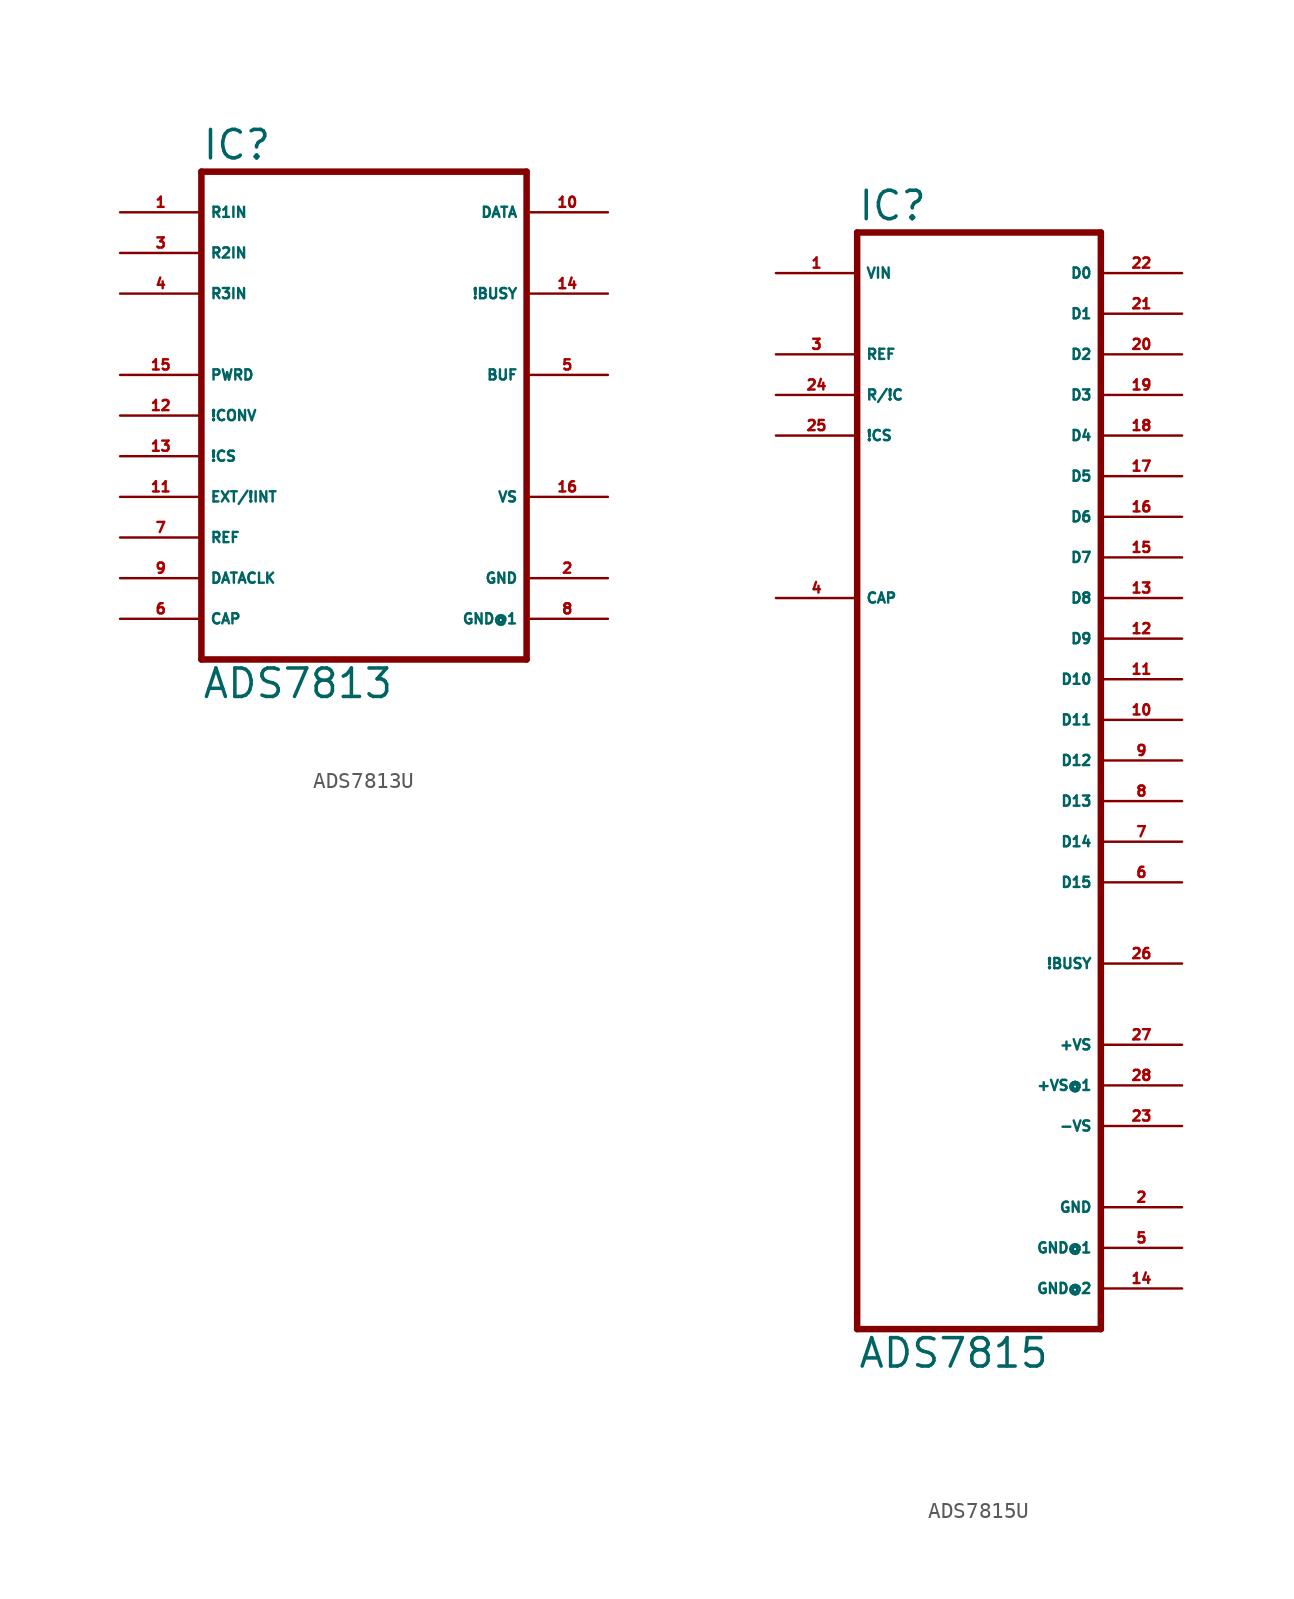
<source format=kicad_sym>
(kicad_symbol_lib
  (version 20220914)
  (generator Eagle2Kicad)
  (symbol "ADS7813U"
    (property "Reference" "IC"
      (at -10.16 15.875 0)
      (effects (font (size 1.778 1.778) (thickness 0.22)) (justify left bottom)))
    (property "Value" "ADS7813"
      (at -10.16 -17.78 0)
      (effects (font (size 1.778 1.778) (thickness 0.22)) (justify left bottom)))
    (polyline
      (pts (xy -10.16 -15.24) (xy 10.16 -15.24))
      (stroke (width 0.406) (type default))
      (fill (type none)))
    (polyline
      (pts (xy 10.16 -15.24) (xy 10.16 15.24))
      (stroke (width 0.406) (type default))
      (fill (type none)))
    (polyline
      (pts (xy 10.16 15.24) (xy -10.16 15.24))
      (stroke (width 0.406) (type default))
      (fill (type none)))
    (polyline
      (pts (xy -10.16 15.24) (xy -10.16 -15.24))
      (stroke (width 0.406) (type default))
      (fill (type none)))
    (pin input line
      (at -15.24 -5.08 0)
      (length 5.08)
      (name "EXT/!INT" (effects (font (size 0.635 0.635) (thickness 0.08)) (justify left bottom)))
      (number "11" (effects (font (size 0.635 0.635) (thickness 0.08)) (justify left bottom))))
    (pin input line
      (at -15.24 0 0)
      (length 5.08)
      (name "!CONV" (effects (font (size 0.635 0.635) (thickness 0.08)) (justify left bottom)))
      (number "12" (effects (font (size 0.635 0.635) (thickness 0.08)) (justify left bottom))))
    (pin input line
      (at -15.24 -2.54 0)
      (length 5.08)
      (name "!CS" (effects (font (size 0.635 0.635) (thickness 0.08)) (justify left bottom)))
      (number "13" (effects (font (size 0.635 0.635) (thickness 0.08)) (justify left bottom))))
    (pin input line
      (at -15.24 2.54 0)
      (length 5.08)
      (name "PWRD" (effects (font (size 0.635 0.635) (thickness 0.08)) (justify left bottom)))
      (number "15" (effects (font (size 0.635 0.635) (thickness 0.08)) (justify left bottom))))
    (pin output line
      (at 15.24 12.7 180)
      (length 5.08)
      (name "DATA" (effects (font (size 0.635 0.635) (thickness 0.08)) (justify left bottom)))
      (number "10" (effects (font (size 0.635 0.635) (thickness 0.08)) (justify left bottom))))
    (pin output line
      (at 15.24 7.62 180)
      (length 5.08)
      (name "!BUSY" (effects (font (size 0.635 0.635) (thickness 0.08)) (justify left bottom)))
      (number "14" (effects (font (size 0.635 0.635) (thickness 0.08)) (justify left bottom))))
    (pin bidirectional line
      (at -15.24 -10.16 0)
      (length 5.08)
      (name "DATACLK" (effects (font (size 0.635 0.635) (thickness 0.08)) (justify left bottom)))
      (number "9" (effects (font (size 0.635 0.635) (thickness 0.08)) (justify left bottom))))
    (pin input line
      (at -15.24 12.7 0)
      (length 5.08)
      (name "R1IN" (effects (font (size 0.635 0.635) (thickness 0.08)) (justify left bottom)))
      (number "1" (effects (font (size 0.635 0.635) (thickness 0.08)) (justify left bottom))))
    (pin input line
      (at -15.24 10.16 0)
      (length 5.08)
      (name "R2IN" (effects (font (size 0.635 0.635) (thickness 0.08)) (justify left bottom)))
      (number "3" (effects (font (size 0.635 0.635) (thickness 0.08)) (justify left bottom))))
    (pin input line
      (at -15.24 7.62 0)
      (length 5.08)
      (name "R3IN" (effects (font (size 0.635 0.635) (thickness 0.08)) (justify left bottom)))
      (number "4" (effects (font (size 0.635 0.635) (thickness 0.08)) (justify left bottom))))
    (pin unspecified line
      (at 15.24 -10.16 180)
      (length 5.08)
      (name "GND" (effects (font (size 0.635 0.635) (thickness 0.08)) (justify left bottom)))
      (number "2" (effects (font (size 0.635 0.635) (thickness 0.08)) (justify left bottom))))
    (pin unspecified line
      (at 15.24 -5.08 180)
      (length 5.08)
      (name "VS" (effects (font (size 0.635 0.635) (thickness 0.08)) (justify left bottom)))
      (number "16" (effects (font (size 0.635 0.635) (thickness 0.08)) (justify left bottom))))
    (pin unspecified line
      (at 15.24 -12.7 180)
      (length 5.08)
      (name "GND@1" (effects (font (size 0.635 0.635) (thickness 0.08)) (justify left bottom)))
      (number "8" (effects (font (size 0.635 0.635) (thickness 0.08)) (justify left bottom))))
    (pin output line
      (at 15.24 2.54 180)
      (length 5.08)
      (name "BUF" (effects (font (size 0.635 0.635) (thickness 0.08)) (justify left bottom)))
      (number "5" (effects (font (size 0.635 0.635) (thickness 0.08)) (justify left bottom))))
    (pin passive line
      (at -15.24 -12.7 0)
      (length 5.08)
      (name "CAP" (effects (font (size 0.635 0.635) (thickness 0.08)) (justify left bottom)))
      (number "6" (effects (font (size 0.635 0.635) (thickness 0.08)) (justify left bottom))))
    (pin bidirectional line
      (at -15.24 -7.62 0)
      (length 5.08)
      (name "REF" (effects (font (size 0.635 0.635) (thickness 0.08)) (justify left bottom)))
      (number "7" (effects (font (size 0.635 0.635) (thickness 0.08)) (justify left bottom)))))
  (symbol "ADS7815U"
    (property "Reference" "IC"
      (at -7.62 33.655 0)
      (effects (font (size 1.778 1.778) (thickness 0.22)) (justify left bottom)))
    (property "Value" "ADS7815"
      (at -7.62 -38.1 0)
      (effects (font (size 1.778 1.778) (thickness 0.22)) (justify left bottom)))
    (polyline
      (pts (xy 7.62 -35.56) (xy -7.62 -35.56))
      (stroke (width 0.406) (type default))
      (fill (type none)))
    (polyline
      (pts (xy -7.62 -35.56) (xy -7.62 33.02))
      (stroke (width 0.406) (type default))
      (fill (type none)))
    (polyline
      (pts (xy -7.62 33.02) (xy 7.62 33.02))
      (stroke (width 0.406) (type default))
      (fill (type none)))
    (polyline
      (pts (xy 7.62 33.02) (xy 7.62 -35.56))
      (stroke (width 0.406) (type default))
      (fill (type none)))
    (pin input line
      (at -12.7 30.48 0)
      (length 5.08)
      (name "VIN" (effects (font (size 0.635 0.635) (thickness 0.08)) (justify left bottom)))
      (number "1" (effects (font (size 0.635 0.635) (thickness 0.08)) (justify left bottom))))
    (pin input line
      (at -12.7 22.86 0)
      (length 5.08)
      (name "R/!C" (effects (font (size 0.635 0.635) (thickness 0.08)) (justify left bottom)))
      (number "24" (effects (font (size 0.635 0.635) (thickness 0.08)) (justify left bottom))))
    (pin input line
      (at -12.7 20.32 0)
      (length 5.08)
      (name "!CS" (effects (font (size 0.635 0.635) (thickness 0.08)) (justify left bottom)))
      (number "25" (effects (font (size 0.635 0.635) (thickness 0.08)) (justify left bottom))))
    (pin output line
      (at 12.7 30.48 180)
      (length 5.08)
      (name "D0" (effects (font (size 0.635 0.635) (thickness 0.08)) (justify left bottom)))
      (number "22" (effects (font (size 0.635 0.635) (thickness 0.08)) (justify left bottom))))
    (pin output line
      (at 12.7 27.94 180)
      (length 5.08)
      (name "D1" (effects (font (size 0.635 0.635) (thickness 0.08)) (justify left bottom)))
      (number "21" (effects (font (size 0.635 0.635) (thickness 0.08)) (justify left bottom))))
    (pin output line
      (at 12.7 25.4 180)
      (length 5.08)
      (name "D2" (effects (font (size 0.635 0.635) (thickness 0.08)) (justify left bottom)))
      (number "20" (effects (font (size 0.635 0.635) (thickness 0.08)) (justify left bottom))))
    (pin output line
      (at 12.7 22.86 180)
      (length 5.08)
      (name "D3" (effects (font (size 0.635 0.635) (thickness 0.08)) (justify left bottom)))
      (number "19" (effects (font (size 0.635 0.635) (thickness 0.08)) (justify left bottom))))
    (pin output line
      (at 12.7 20.32 180)
      (length 5.08)
      (name "D4" (effects (font (size 0.635 0.635) (thickness 0.08)) (justify left bottom)))
      (number "18" (effects (font (size 0.635 0.635) (thickness 0.08)) (justify left bottom))))
    (pin output line
      (at 12.7 17.78 180)
      (length 5.08)
      (name "D5" (effects (font (size 0.635 0.635) (thickness 0.08)) (justify left bottom)))
      (number "17" (effects (font (size 0.635 0.635) (thickness 0.08)) (justify left bottom))))
    (pin output line
      (at 12.7 15.24 180)
      (length 5.08)
      (name "D6" (effects (font (size 0.635 0.635) (thickness 0.08)) (justify left bottom)))
      (number "16" (effects (font (size 0.635 0.635) (thickness 0.08)) (justify left bottom))))
    (pin output line
      (at 12.7 12.7 180)
      (length 5.08)
      (name "D7" (effects (font (size 0.635 0.635) (thickness 0.08)) (justify left bottom)))
      (number "15" (effects (font (size 0.635 0.635) (thickness 0.08)) (justify left bottom))))
    (pin output line
      (at 12.7 10.16 180)
      (length 5.08)
      (name "D8" (effects (font (size 0.635 0.635) (thickness 0.08)) (justify left bottom)))
      (number "13" (effects (font (size 0.635 0.635) (thickness 0.08)) (justify left bottom))))
    (pin output line
      (at 12.7 7.62 180)
      (length 5.08)
      (name "D9" (effects (font (size 0.635 0.635) (thickness 0.08)) (justify left bottom)))
      (number "12" (effects (font (size 0.635 0.635) (thickness 0.08)) (justify left bottom))))
    (pin output line
      (at 12.7 5.08 180)
      (length 5.08)
      (name "D10" (effects (font (size 0.635 0.635) (thickness 0.08)) (justify left bottom)))
      (number "11" (effects (font (size 0.635 0.635) (thickness 0.08)) (justify left bottom))))
    (pin output line
      (at 12.7 2.54 180)
      (length 5.08)
      (name "D11" (effects (font (size 0.635 0.635) (thickness 0.08)) (justify left bottom)))
      (number "10" (effects (font (size 0.635 0.635) (thickness 0.08)) (justify left bottom))))
    (pin output line
      (at 12.7 -12.7 180)
      (length 5.08)
      (name "!BUSY" (effects (font (size 0.635 0.635) (thickness 0.08)) (justify left bottom)))
      (number "26" (effects (font (size 0.635 0.635) (thickness 0.08)) (justify left bottom))))
    (pin passive line
      (at -12.7 10.16 0)
      (length 5.08)
      (name "CAP" (effects (font (size 0.635 0.635) (thickness 0.08)) (justify left bottom)))
      (number "4" (effects (font (size 0.635 0.635) (thickness 0.08)) (justify left bottom))))
    (pin unspecified line
      (at 12.7 -17.78 180)
      (length 5.08)
      (name "+VS" (effects (font (size 0.635 0.635) (thickness 0.08)) (justify left bottom)))
      (number "27" (effects (font (size 0.635 0.635) (thickness 0.08)) (justify left bottom))))
    (pin unspecified line
      (at 12.7 -20.32 180)
      (length 5.08)
      (name "+VS@1" (effects (font (size 0.635 0.635) (thickness 0.08)) (justify left bottom)))
      (number "28" (effects (font (size 0.635 0.635) (thickness 0.08)) (justify left bottom))))
    (pin unspecified line
      (at 12.7 -2.54 180)
      (length 5.08)
      (name "D13" (effects (font (size 0.635 0.635) (thickness 0.08)) (justify left bottom)))
      (number "8" (effects (font (size 0.635 0.635) (thickness 0.08)) (justify left bottom))))
    (pin unspecified line
      (at 12.7 -22.86 180)
      (length 5.08)
      (name "-VS" (effects (font (size 0.635 0.635) (thickness 0.08)) (justify left bottom)))
      (number "23" (effects (font (size 0.635 0.635) (thickness 0.08)) (justify left bottom))))
    (pin unspecified line
      (at 12.7 -7.62 180)
      (length 5.08)
      (name "D15" (effects (font (size 0.635 0.635) (thickness 0.08)) (justify left bottom)))
      (number "6" (effects (font (size 0.635 0.635) (thickness 0.08)) (justify left bottom))))
    (pin unspecified line
      (at 12.7 -5.08 180)
      (length 5.08)
      (name "D14" (effects (font (size 0.635 0.635) (thickness 0.08)) (justify left bottom)))
      (number "7" (effects (font (size 0.635 0.635) (thickness 0.08)) (justify left bottom))))
    (pin unspecified line
      (at 12.7 -27.94 180)
      (length 5.08)
      (name "GND" (effects (font (size 0.635 0.635) (thickness 0.08)) (justify left bottom)))
      (number "2" (effects (font (size 0.635 0.635) (thickness 0.08)) (justify left bottom))))
    (pin unspecified line
      (at 12.7 -30.48 180)
      (length 5.08)
      (name "GND@1" (effects (font (size 0.635 0.635) (thickness 0.08)) (justify left bottom)))
      (number "5" (effects (font (size 0.635 0.635) (thickness 0.08)) (justify left bottom))))
    (pin unspecified line
      (at 12.7 -33.02 180)
      (length 5.08)
      (name "GND@2" (effects (font (size 0.635 0.635) (thickness 0.08)) (justify left bottom)))
      (number "14" (effects (font (size 0.635 0.635) (thickness 0.08)) (justify left bottom))))
    (pin bidirectional line
      (at -12.7 25.4 0)
      (length 5.08)
      (name "REF" (effects (font (size 0.635 0.635) (thickness 0.08)) (justify left bottom)))
      (number "3" (effects (font (size 0.635 0.635) (thickness 0.08)) (justify left bottom))))
    (pin unspecified line
      (at 12.7 0 180)
      (length 5.08)
      (name "D12" (effects (font (size 0.635 0.635) (thickness 0.08)) (justify left bottom)))
      (number "9" (effects (font (size 0.635 0.635) (thickness 0.08)) (justify left bottom))))))
</source>
